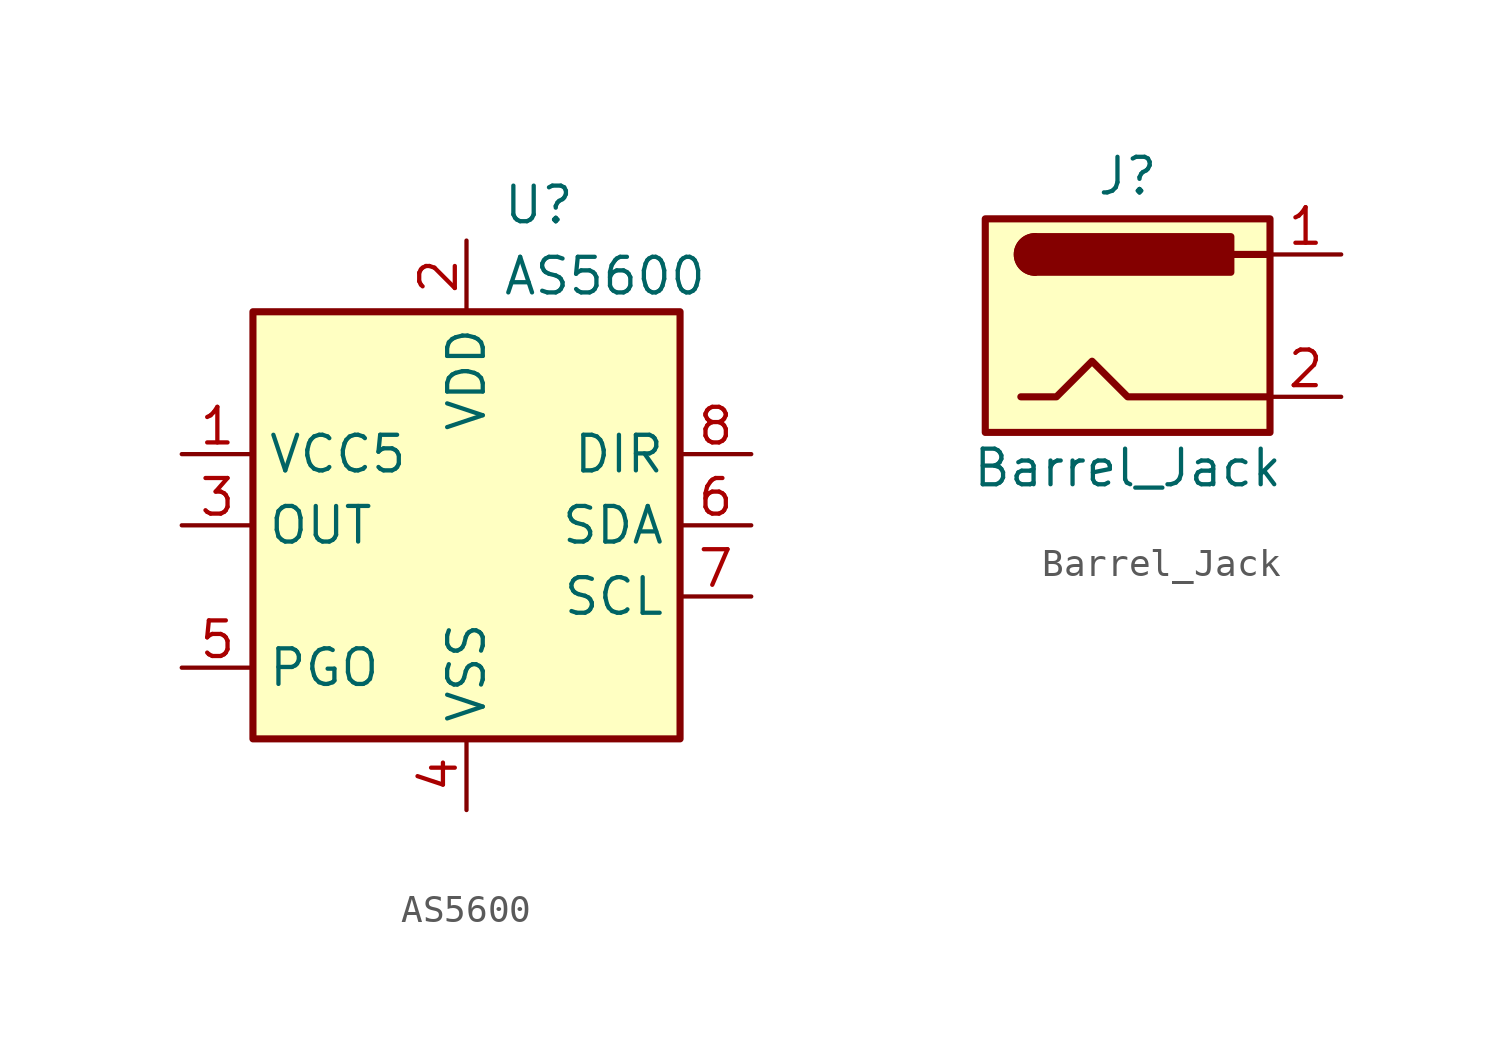
<source format=kicad_sym>
(kicad_symbol_lib
  (version 20211014)
  (generator kicad_symbol_editor)
  (symbol "AS5600"
    (property "Reference" "U"
      (at 1.27 11.43 0)
      (effects (font (size 1.27 1.27)) (justify left)))
    (property "Value" "AS5600"
      (at 1.27 8.89 0)
      (effects (font (size 1.27 1.27)) (justify left)))
    (symbol "AS5600_0_1"
      (rectangle (start -7.62 7.62) (end 7.62 -7.62) (stroke (width 0.254) (type default) (color 0 0 0 0)) (fill (type background))))
    (symbol "AS5600_1_1"
      (pin power_in line (at -10.16 2.54 0) (length 2.54) (name "VCC5" (effects (font (size 1.27 1.27)))) (number "1" (effects (font (size 1.27 1.27)))))
      (pin power_in line (at 0 10.16 270) (length 2.54) (name "VDD" (effects (font (size 1.27 1.27)))) (number "2" (effects (font (size 1.27 1.27)))))
      (pin output line (at -10.16 0 0) (length 2.54) (name "OUT" (effects (font (size 1.27 1.27)))) (number "3" (effects (font (size 1.27 1.27)))))
      (pin power_in line (at 0 -10.16 90) (length 2.54) (name "VSS" (effects (font (size 1.27 1.27)))) (number "4" (effects (font (size 1.27 1.27)))))
      (pin input line (at -10.16 -5.08 0) (length 2.54) (name "PGO" (effects (font (size 1.27 1.27)))) (number "5" (effects (font (size 1.27 1.27)))))
      (pin bidirectional line (at 10.16 0 180) (length 2.54) (name "SDA" (effects (font (size 1.27 1.27)))) (number "6" (effects (font (size 1.27 1.27)))))
      (pin bidirectional line (at 10.16 -2.54 180) (length 2.54) (name "SCL" (effects (font (size 1.27 1.27)))) (number "7" (effects (font (size 1.27 1.27)))))
      (pin input line (at 10.16 2.54 180) (length 2.54) (name "DIR" (effects (font (size 1.27 1.27)))) (number "8" (effects (font (size 1.27 1.27)))))))
  (symbol "Barrel_Jack"
    (pin_names
      (offset 1.016))
    (property "Reference" "J"
      (at 0 5.334 0)
      (effects (font (size 1.27 1.27))))
    (property "Value" "Barrel_Jack"
      (at 0 -5.08 0)
      (effects (font (size 1.27 1.27))))
    (symbol "Barrel_Jack_0_1"
      (rectangle (start -5.08 3.81) (end 5.08 -3.81) (stroke (width 0.254) (type default) (color 0 0 0 0)) (fill (type background)))
      (arc (start -3.302 3.175) (mid -3.937 2.54) (end -3.302 1.905) (stroke (width 0.254) (type default) (color 0 0 0 0)) (fill (type none)))
      (arc (start -3.302 3.175) (mid -3.937 2.54) (end -3.302 1.905) (stroke (width 0.254) (type default) (color 0 0 0 0)) (fill (type outline)))
      (polyline (pts (xy 5.08 2.54) (xy 3.81 2.54)) (stroke (width 0.254) (type default) (color 0 0 0 0)) (fill (type none)))
      (polyline (pts (xy -3.81 -2.54) (xy -2.54 -2.54) (xy -1.27 -1.27) (xy 0 -2.54) (xy 2.54 -2.54) (xy 5.08 -2.54)) (stroke (width 0.254) (type default) (color 0 0 0 0)) (fill (type none)))
      (rectangle (start 3.683 3.175) (end -3.302 1.905) (stroke (width 0.254) (type default) (color 0 0 0 0)) (fill (type outline))))
    (symbol "Barrel_Jack_1_1"
      (pin power_out line (at 7.62 2.54 180) (length 2.54) (name "~" (effects (font (size 1.27 1.27)))) (number "1" (effects (font (size 1.27 1.27)))))
      (pin power_out line (at 7.62 -2.54 180) (length 2.54) (name "~" (effects (font (size 1.27 1.27)))) (number "2" (effects (font (size 1.27 1.27)))))
      (pin no_connect line (at 3.81 -6.35 0) (length 3.81) hide (name "" (effects (font (size 1.27 1.27)))) (number "3" (effects (font (size 1.27 1.27))))))))
</source>
